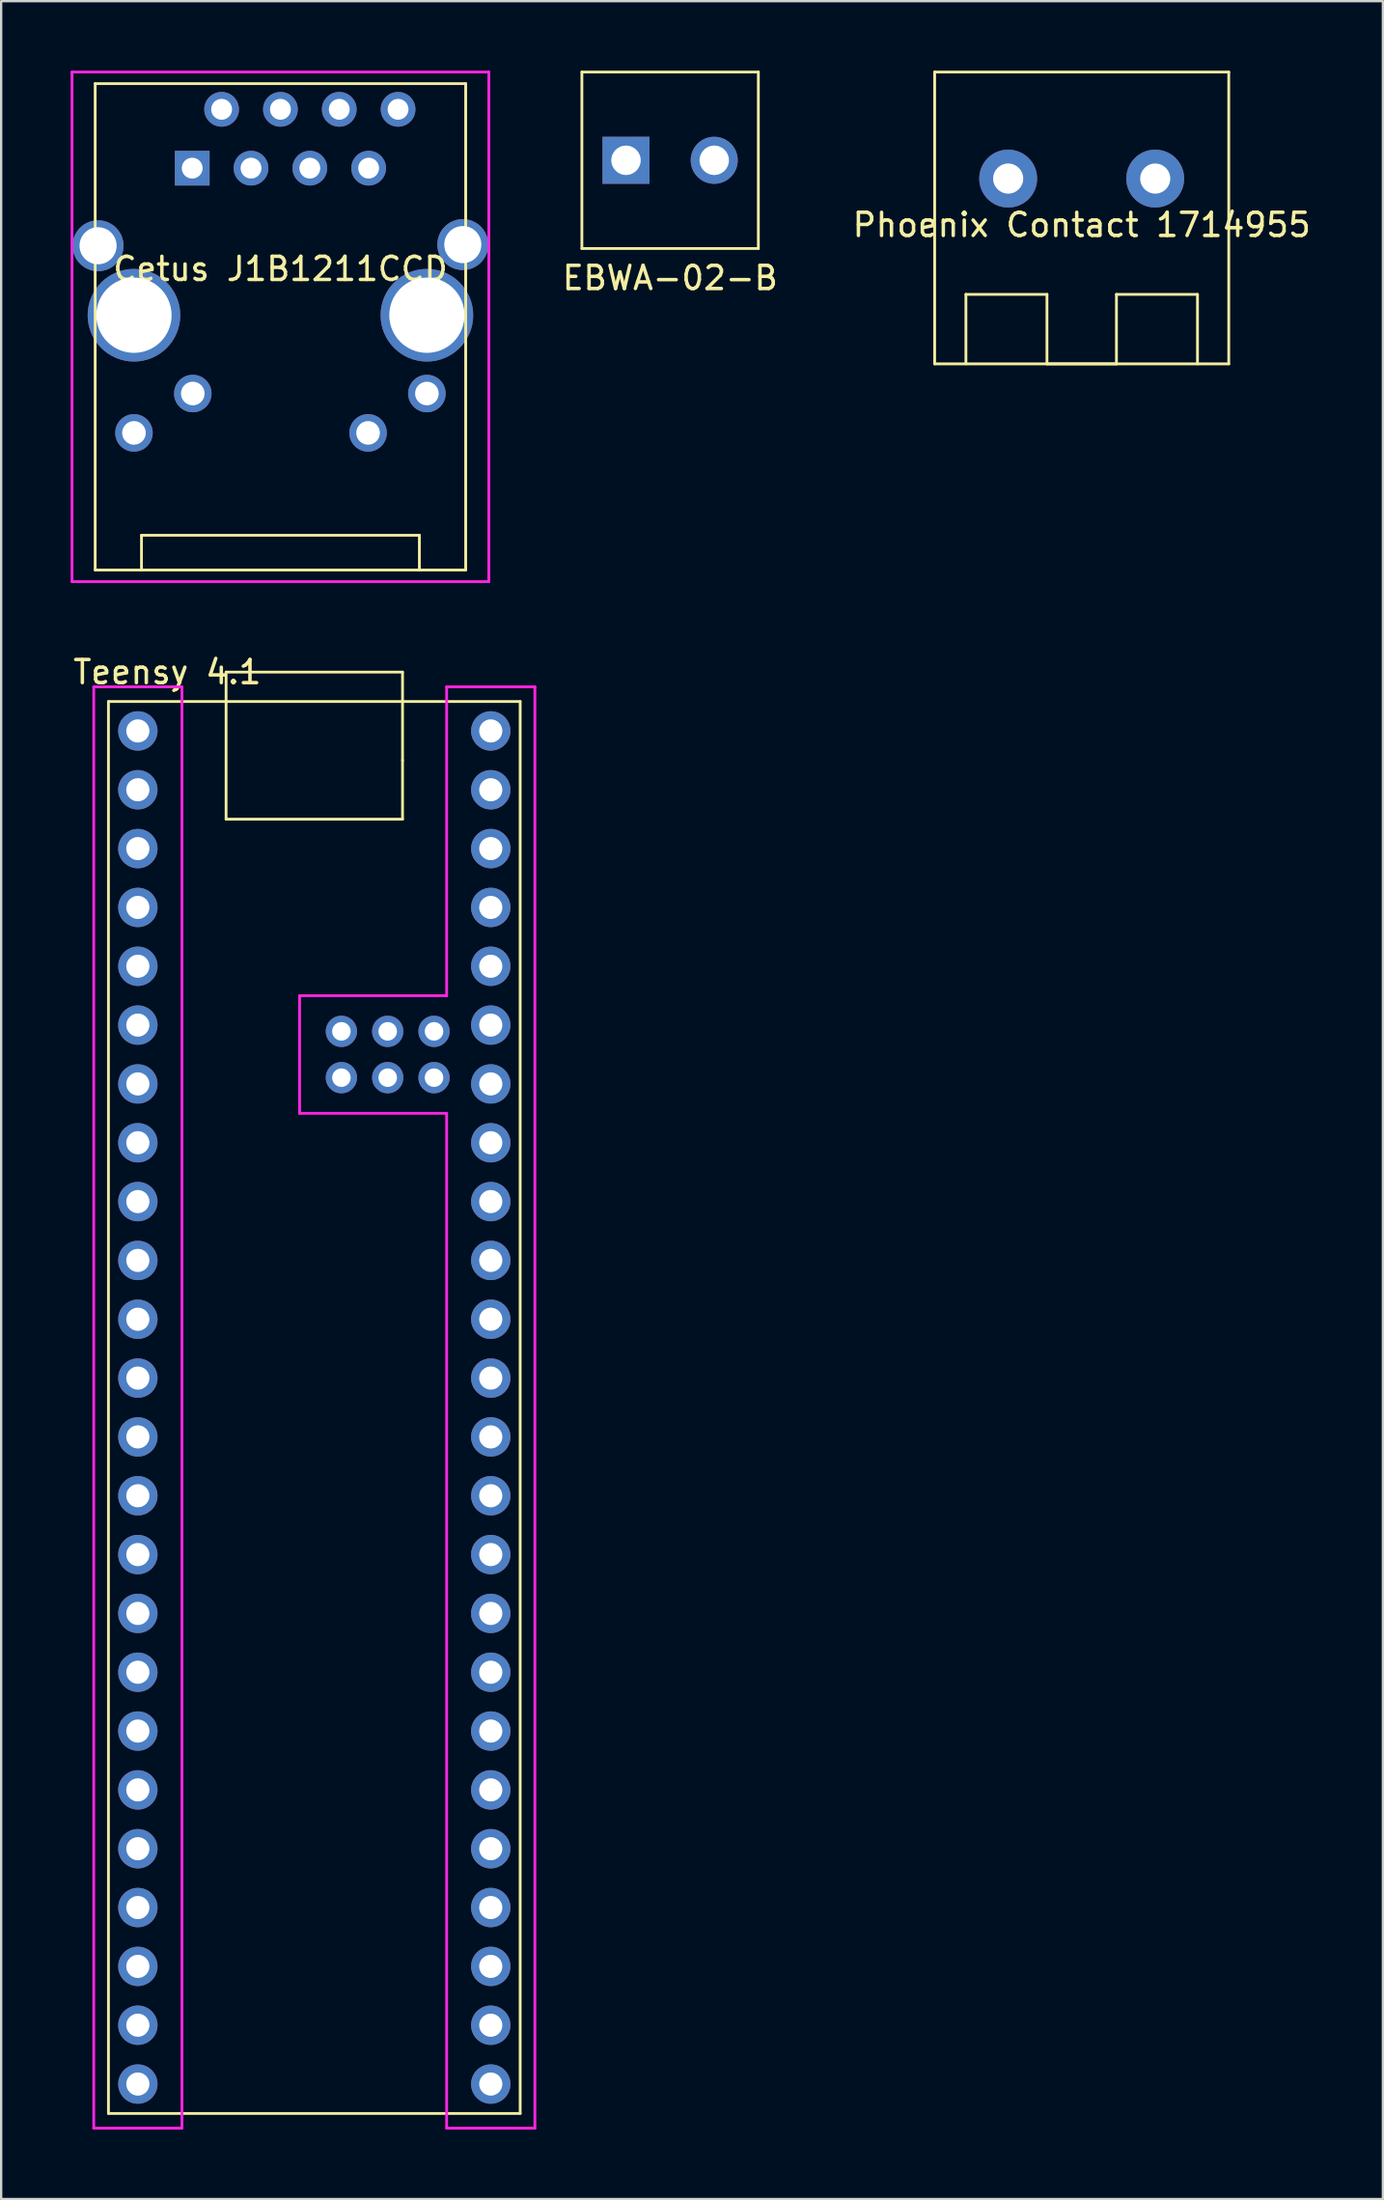
<source format=kicad_pcb>
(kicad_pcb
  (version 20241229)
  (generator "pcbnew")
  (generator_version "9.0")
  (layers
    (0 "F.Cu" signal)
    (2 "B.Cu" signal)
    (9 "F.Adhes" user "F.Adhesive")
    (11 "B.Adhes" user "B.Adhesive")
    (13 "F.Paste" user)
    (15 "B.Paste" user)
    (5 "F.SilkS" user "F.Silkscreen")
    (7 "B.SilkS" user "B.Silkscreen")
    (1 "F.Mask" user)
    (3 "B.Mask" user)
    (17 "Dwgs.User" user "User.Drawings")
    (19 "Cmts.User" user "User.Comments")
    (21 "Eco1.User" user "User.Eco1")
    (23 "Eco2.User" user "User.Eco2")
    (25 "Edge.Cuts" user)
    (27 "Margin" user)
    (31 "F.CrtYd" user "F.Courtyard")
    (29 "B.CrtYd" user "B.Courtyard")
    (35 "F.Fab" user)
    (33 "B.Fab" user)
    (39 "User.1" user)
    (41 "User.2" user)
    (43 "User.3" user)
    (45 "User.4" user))
  (footprint "Teensy 4.1"
    (layer "F.Cu")
    (at 10.523 28.508)
    (property "Reference" "Teensy 4.1" (at -6.35 -2.54 0) (layer "F.SilkS") (effects (font (size 1 1) (thickness 0.15))))
    (attr through_hole)
    (fp_line (start -8.89 -1.27) (end 8.89 -1.27) (stroke (width 0.12) (type solid)) (layer "F.SilkS"))
    (fp_line (start -8.89 59.69) (end -8.89 -1.27) (stroke (width 0.12) (type solid)) (layer "F.SilkS"))
    (fp_line (start -3.81 -2.54) (end -3.81 3.81) (stroke (width 0.12) (type solid)) (layer "F.SilkS"))
    (fp_line (start -3.81 3.81) (end 3.81 3.81) (stroke (width 0.12) (type solid)) (layer "F.SilkS"))
    (fp_line (start 3.81 -2.54) (end -3.81 -2.54) (stroke (width 0.12) (type solid)) (layer "F.SilkS"))
    (fp_line (start 3.81 1.27) (end 3.81 -2.54) (stroke (width 0.12) (type solid)) (layer "F.SilkS"))
    (fp_line (start 3.81 3.81) (end 3.81 1.27) (stroke (width 0.12) (type solid)) (layer "F.SilkS"))
    (fp_line (start 8.89 -1.27) (end 8.89 59.69) (stroke (width 0.12) (type solid)) (layer "F.SilkS"))
    (fp_line (start 8.89 59.69) (end -8.89 59.69) (stroke (width 0.12) (type solid)) (layer "F.SilkS"))
    (fp_line (start -9.525 -1.905) (end -5.715 -1.905) (stroke (width 0.12) (type solid)) (layer "F.CrtYd"))
    (fp_line (start -9.525 60.325) (end -9.525 -1.905) (stroke (width 0.12) (type solid)) (layer "F.CrtYd"))
    (fp_line (start -5.715 -1.905) (end -5.715 60.325) (stroke (width 0.12) (type solid)) (layer "F.CrtYd"))
    (fp_line (start -5.715 60.325) (end -9.525 60.325) (stroke (width 0.12) (type solid)) (layer "F.CrtYd"))
    (fp_line (start -0.635 11.43) (end -0.635 16.51) (stroke (width 0.12) (type solid)) (layer "F.CrtYd"))
    (fp_line (start -0.635 11.43) (end 5.715 11.43) (stroke (width 0.12) (type solid)) (layer "F.CrtYd"))
    (fp_line (start -0.635 16.51) (end 5.715 16.51) (stroke (width 0.12) (type solid)) (layer "F.CrtYd"))
    (fp_line (start 5.715 -1.905) (end 9.525 -1.905) (stroke (width 0.12) (type solid)) (layer "F.CrtYd"))
    (fp_line (start 5.715 11.43) (end 5.715 -1.905) (stroke (width 0.12) (type solid)) (layer "F.CrtYd"))
    (fp_line (start 5.715 16.51) (end 5.715 60.325) (stroke (width 0.12) (type solid)) (layer "F.CrtYd"))
    (fp_line (start 9.525 -1.905) (end 9.525 60.325) (stroke (width 0.12) (type solid)) (layer "F.CrtYd"))
    (fp_line (start 9.525 60.325) (end 5.715 60.325) (stroke (width 0.12) (type solid)) (layer "F.CrtYd"))
    (pad "0" thru_hole circle (at -7.62 2.54) (size 1.7 1.7) (drill 1) (layers "*.Cu" "*.Mask"))
    (pad "1" thru_hole circle (at -7.62 5.08) (size 1.7 1.7) (drill 1) (layers "*.Cu" "*.Mask"))
    (pad "2" thru_hole circle (at -7.62 7.62) (size 1.7 1.7) (drill 1) (layers "*.Cu" "*.Mask"))
    (pad "3" thru_hole circle (at -7.62 10.16) (size 1.7 1.7) (drill 1) (layers "*.Cu" "*.Mask"))
    (pad "3.3V0" thru_hole circle (at 7.62 5.08) (size 1.7 1.7) (drill 1) (layers "*.Cu" "*.Mask"))
    (pad "3.3V_0" thru_hole circle (at -7.62 35.56) (size 1.7 1.7) (drill 1) (layers "*.Cu" "*.Mask"))
    (pad "4" thru_hole circle (at -7.62 12.7) (size 1.7 1.7) (drill 1) (layers "*.Cu" "*.Mask"))
    (pad "5" thru_hole circle (at -7.62 15.24) (size 1.7 1.7) (drill 1) (layers "*.Cu" "*.Mask"))
    (pad "6" thru_hole circle (at -7.62 17.78) (size 1.7 1.7) (drill 1) (layers "*.Cu" "*.Mask"))
    (pad "7" thru_hole circle (at -7.62 20.32) (size 1.7 1.7) (drill 1) (layers "*.Cu" "*.Mask"))
    (pad "8" thru_hole circle (at -7.62 22.86) (size 1.7 1.7) (drill 1) (layers "*.Cu" "*.Mask"))
    (pad "9" thru_hole circle (at -7.62 25.4) (size 1.7 1.7) (drill 1) (layers "*.Cu" "*.Mask"))
    (pad "10" thru_hole circle (at -7.62 27.94) (size 1.7 1.7) (drill 1) (layers "*.Cu" "*.Mask"))
    (pad "11" thru_hole circle (at -7.62 30.48) (size 1.7 1.7) (drill 1) (layers "*.Cu" "*.Mask"))
    (pad "12" thru_hole circle (at -7.62 33.02) (size 1.7 1.7) (drill 1) (layers "*.Cu" "*.Mask"))
    (pad "13" thru_hole circle (at 7.62 33.02) (size 1.7 1.7) (drill 1) (layers "*.Cu" "*.Mask"))
    (pad "14" thru_hole circle (at 7.62 30.48) (size 1.7 1.7) (drill 1) (layers "*.Cu" "*.Mask"))
    (pad "15" thru_hole circle (at 7.62 27.94) (size 1.7 1.7) (drill 1) (layers "*.Cu" "*.Mask"))
    (pad "16" thru_hole circle (at 7.62 25.4) (size 1.7 1.7) (drill 1) (layers "*.Cu" "*.Mask"))
    (pad "17" thru_hole circle (at 7.62 22.86) (size 1.7 1.7) (drill 1) (layers "*.Cu" "*.Mask"))
    (pad "18" thru_hole circle (at 7.62 20.32) (size 1.7 1.7) (drill 1) (layers "*.Cu" "*.Mask"))
    (pad "19" thru_hole circle (at 7.62 17.78) (size 1.7 1.7) (drill 1) (layers "*.Cu" "*.Mask"))
    (pad "20" thru_hole circle (at 7.62 15.24) (size 1.7 1.7) (drill 1) (layers "*.Cu" "*.Mask"))
    (pad "21" thru_hole circle (at 7.62 12.7) (size 1.7 1.7) (drill 1) (layers "*.Cu" "*.Mask"))
    (pad "22" thru_hole circle (at 7.62 10.16) (size 1.7 1.7) (drill 1) (layers "*.Cu" "*.Mask"))
    (pad "23" thru_hole circle (at 7.62 7.62) (size 1.7 1.7) (drill 1) (layers "*.Cu" "*.Mask"))
    (pad "24" thru_hole circle (at -7.62 38.1) (size 1.7 1.7) (drill 1) (layers "*.Cu" "*.Mask"))
    (pad "25" thru_hole circle (at -7.62 40.64) (size 1.7 1.7) (drill 1) (layers "*.Cu" "*.Mask"))
    (pad "26" thru_hole circle (at -7.62 43.18) (size 1.7 1.7) (drill 1) (layers "*.Cu" "*.Mask"))
    (pad "27" thru_hole circle (at -7.62 45.72) (size 1.7 1.7) (drill 1) (layers "*.Cu" "*.Mask"))
    (pad "28" thru_hole circle (at -7.62 48.26) (size 1.7 1.7) (drill 1) (layers "*.Cu" "*.Mask"))
    (pad "29" thru_hole circle (at -7.62 50.8) (size 1.7 1.7) (drill 1) (layers "*.Cu" "*.Mask"))
    (pad "30" thru_hole circle (at -7.62 53.34) (size 1.7 1.7) (drill 1) (layers "*.Cu" "*.Mask"))
    (pad "31" thru_hole circle (at -7.62 55.88) (size 1.7 1.7) (drill 1) (layers "*.Cu" "*.Mask"))
    (pad "32" thru_hole circle (at -7.62 58.42) (size 1.7 1.7) (drill 1) (layers "*.Cu" "*.Mask"))
    (pad "33" thru_hole circle (at 7.62 58.42) (size 1.7 1.7) (drill 1) (layers "*.Cu" "*.Mask"))
    (pad "34" thru_hole circle (at 7.62 55.88) (size 1.7 1.7) (drill 1) (layers "*.Cu" "*.Mask"))
    (pad "35" thru_hole circle (at 7.62 53.34) (size 1.7 1.7) (drill 1) (layers "*.Cu" "*.Mask"))
    (pad "36" thru_hole circle (at 7.62 50.8) (size 1.7 1.7) (drill 1) (layers "*.Cu" "*.Mask"))
    (pad "37" thru_hole circle (at 7.62 48.26) (size 1.7 1.7) (drill 1) (layers "*.Cu" "*.Mask"))
    (pad "38" thru_hole circle (at 7.62 45.72) (size 1.7 1.7) (drill 1) (layers "*.Cu" "*.Mask"))
    (pad "39" thru_hole circle (at 7.62 43.18) (size 1.7 1.7) (drill 1) (layers "*.Cu" "*.Mask"))
    (pad "40" thru_hole circle (at 7.62 40.64) (size 1.7 1.7) (drill 1) (layers "*.Cu" "*.Mask"))
    (pad "41" thru_hole circle (at 7.62 38.1) (size 1.7 1.7) (drill 1) (layers "*.Cu" "*.Mask"))
    (pad "ETH_GND" thru_hole circle (at 3.17 14.97) (size 1.35 1.35) (drill 0.8) (layers "*.Cu" "*.Mask"))
    (pad "ETH_LED" thru_hole circle (at 3.17 12.97) (size 1.35 1.35) (drill 0.8) (layers "*.Cu" "*.Mask"))
    (pad "ETH_RX+" thru_hole circle (at 5.17 12.97) (size 1.35 1.35) (drill 0.8) (layers "*.Cu" "*.Mask"))
    (pad "ETH_RX-" thru_hole circle (at 5.17 14.97) (size 1.35 1.35) (drill 0.8) (layers "*.Cu" "*.Mask"))
    (pad "ETH_TX+" thru_hole circle (at 1.17 14.97) (size 1.35 1.35) (drill 0.8) (layers "*.Cu" "*.Mask"))
    (pad "ETH_TX-" thru_hole circle (at 1.17 12.97) (size 1.35 1.35) (drill 0.8) (layers "*.Cu" "*.Mask"))
    (pad "GND_0" thru_hole circle (at -7.62 0) (size 1.7 1.7) (drill 1) (layers "*.Cu" "*.Mask"))
    (pad "GND_1" thru_hole circle (at 7.62 35.56) (size 1.7 1.7) (drill 1) (layers "*.Cu" "*.Mask"))
    (pad "GND_2" thru_hole circle (at 7.62 2.54) (size 1.7 1.7) (drill 1) (layers "*.Cu" "*.Mask"))
    (pad "Vin" thru_hole circle (at 7.62 0) (size 1.7 1.7) (drill 1) (layers "*.Cu" "*.Mask")))
  (footprint "Phoenix Contact 1714955"
    (layer "F.Cu")
    (at 43.662 4.66)
    (property "Reference" "Phoenix Contact 1714955" (at 0 2 0) (layer "F.SilkS") (effects (font (size 1 1) (thickness 0.15))))
    (attr through_hole)
    (fp_line (start -6.35 -4.6) (end -6.35 8) (stroke (width 0.12) (type solid)) (layer "F.SilkS"))
    (fp_line (start -6.35 -4.6) (end 6.35 -4.6) (stroke (width 0.12) (type solid)) (layer "F.SilkS"))
    (fp_line (start -5 5) (end -1.5 5) (stroke (width 0.12) (type solid)) (layer "F.SilkS"))
    (fp_line (start -5 8) (end -5 5) (stroke (width 0.12) (type solid)) (layer "F.SilkS"))
    (fp_line (start -1.5 5) (end -1.5 8) (stroke (width 0.12) (type solid)) (layer "F.SilkS"))
    (fp_line (start -1.5 8) (end 1.5 8) (stroke (width 0.12) (type solid)) (layer "F.SilkS"))
    (fp_line (start 1.5 5) (end 5 5) (stroke (width 0.12) (type solid)) (layer "F.SilkS"))
    (fp_line (start 1.5 8) (end 1.5 5) (stroke (width 0.12) (type solid)) (layer "F.SilkS"))
    (fp_line (start 5 5) (end 5 8) (stroke (width 0.12) (type solid)) (layer "F.SilkS"))
    (fp_line (start 6.35 -4.6) (end 6.35 8) (stroke (width 0.12) (type solid)) (layer "F.SilkS"))
    (fp_line (start 6.35 8) (end -6.35 8) (stroke (width 0.12) (type solid)) (layer "F.SilkS"))
    (pad "1" thru_hole circle (at -3.175 0) (size 2.5 2.5) (drill 1.3) (layers "*.Cu" "*.Mask"))
    (pad "2" thru_hole circle (at 3.175 0) (size 2.5 2.5) (drill 1.3) (layers "*.Cu" "*.Mask")))
  (footprint "Cetus J1B1211CCD"
    (layer "F.Cu")
    (at 9.06 10.56)
    (property "Reference" "Cetus J1B1211CCD" (at 0 -2 0) (layer "F.SilkS") (effects (font (size 1 1) (thickness 0.15))))
    (attr through_hole)
    (fp_line (start -8 -10) (end 8 -10) (stroke (width 0.12) (type solid)) (layer "F.SilkS"))
    (fp_line (start -8 11) (end -8 -10) (stroke (width 0.12) (type solid)) (layer "F.SilkS"))
    (fp_line (start -6 9.5) (end 6 9.5) (stroke (width 0.12) (type solid)) (layer "F.SilkS"))
    (fp_line (start -6 11) (end -6 9.5) (stroke (width 0.12) (type solid)) (layer "F.SilkS"))
    (fp_line (start 6 9.5) (end 6 11) (stroke (width 0.12) (type solid)) (layer "F.SilkS"))
    (fp_line (start 8 -10) (end 8 11) (stroke (width 0.12) (type solid)) (layer "F.SilkS"))
    (fp_line (start 8 11) (end -8 11) (stroke (width 0.12) (type solid)) (layer "F.SilkS"))
    (fp_line (start -9 -10.5) (end -9 11.5) (stroke (width 0.12) (type solid)) (layer "F.CrtYd"))
    (fp_line (start -9 11.5) (end 9 11.5) (stroke (width 0.12) (type solid)) (layer "F.CrtYd"))
    (fp_line (start 9 -10.5) (end -9 -10.5) (stroke (width 0.12) (type solid)) (layer "F.CrtYd"))
    (fp_line (start 9 11.5) (end 9 -10.5) (stroke (width 0.12) (type solid)) (layer "F.CrtYd"))
    (pad "" thru_hole circle (at -7.875 -3) (size 2.2 2.2) (drill 1.6) (layers "*.Cu" "*.Mask"))
    (pad "" thru_hole circle (at -6.325 0) (size 4 4) (drill 3.25) (layers "*.Cu" "*.Mask"))
    (pad "" thru_hole circle (at 6.325 0) (size 4 4) (drill 3.25) (layers "*.Cu" "*.Mask"))
    (pad "" thru_hole circle (at 7.875 -3.05) (size 2.2 2.2) (drill 1.6) (layers "*.Cu" "*.Mask"))
    (pad "1" thru_hole rect (at -3.81 -6.35) (size 1.5 1.5) (drill 0.9) (layers "*.Cu" "*.Mask"))
    (pad "2" thru_hole circle (at -1.27 -6.35) (size 1.5 1.5) (drill 0.9) (layers "*.Cu" "*.Mask"))
    (pad "3" thru_hole circle (at 1.27 -6.35) (size 1.5 1.5) (drill 0.9) (layers "*.Cu" "*.Mask"))
    (pad "4" thru_hole circle (at 3.81 -6.35) (size 1.5 1.5) (drill 0.9) (layers "*.Cu" "*.Mask"))
    (pad "5" thru_hole circle (at -2.54 -8.89) (size 1.5 1.5) (drill 0.9) (layers "*.Cu" "*.Mask"))
    (pad "6" thru_hole circle (at 0 -8.89) (size 1.5 1.5) (drill 0.9) (layers "*.Cu" "*.Mask"))
    (pad "7" thru_hole circle (at 2.54 -8.89) (size 1.5 1.5) (drill 0.9) (layers "*.Cu" "*.Mask"))
    (pad "8" thru_hole circle (at 5.08 -8.89) (size 1.5 1.5) (drill 0.9) (layers "*.Cu" "*.Mask"))
    (pad "9" thru_hole circle (at -6.325 5.08) (size 1.62 1.62) (drill 1.02) (layers "*.Cu" "*.Mask"))
    (pad "10" thru_hole circle (at -3.785 3.38) (size 1.62 1.62) (drill 1.02) (layers "*.Cu" "*.Mask"))
    (pad "11" thru_hole circle (at 3.785 5.08) (size 1.62 1.62) (drill 1.02) (layers "*.Cu" "*.Mask"))
    (pad "12" thru_hole circle (at 6.325 3.38) (size 1.62 1.62) (drill 1.02) (layers "*.Cu" "*.Mask")))
  (footprint "EBWA-02-B"
    (layer "F.Cu")
    (at 25.888 3.87)
    (property "Reference" "EBWA-02-B" (at 0 5.08 0) (layer "F.SilkS") (effects (font (size 1 1) (thickness 0.15))))
    (attr through_hole)
    (fp_line (start -3.81 -3.81) (end -3.81 3.81) (stroke (width 0.12) (type solid)) (layer "F.SilkS"))
    (fp_line (start -3.81 3.81) (end 3.81 3.81) (stroke (width 0.12) (type solid)) (layer "F.SilkS"))
    (fp_line (start 3.81 -3.81) (end -3.81 -3.81) (stroke (width 0.12) (type solid)) (layer "F.SilkS"))
    (fp_line (start 3.81 3.81) (end 3.81 -3.81) (stroke (width 0.12) (type solid)) (layer "F.SilkS"))
    (pad "1" thru_hole rect (at -1.905 0) (size 2.032 2.032) (drill 1.27) (layers "*.Cu" "*.Mask"))
    (pad "2" thru_hole circle (at 1.905 0) (size 2.032 2.032) (drill 1.27) (layers "*.Cu" "*.Mask")))
  (gr_rect
    (start -3 -3)
    (end 56.668 91.893)
    (stroke (width 0.1) (type default))
    (fill no)
    (layer "Edge.Cuts")))
</source>
